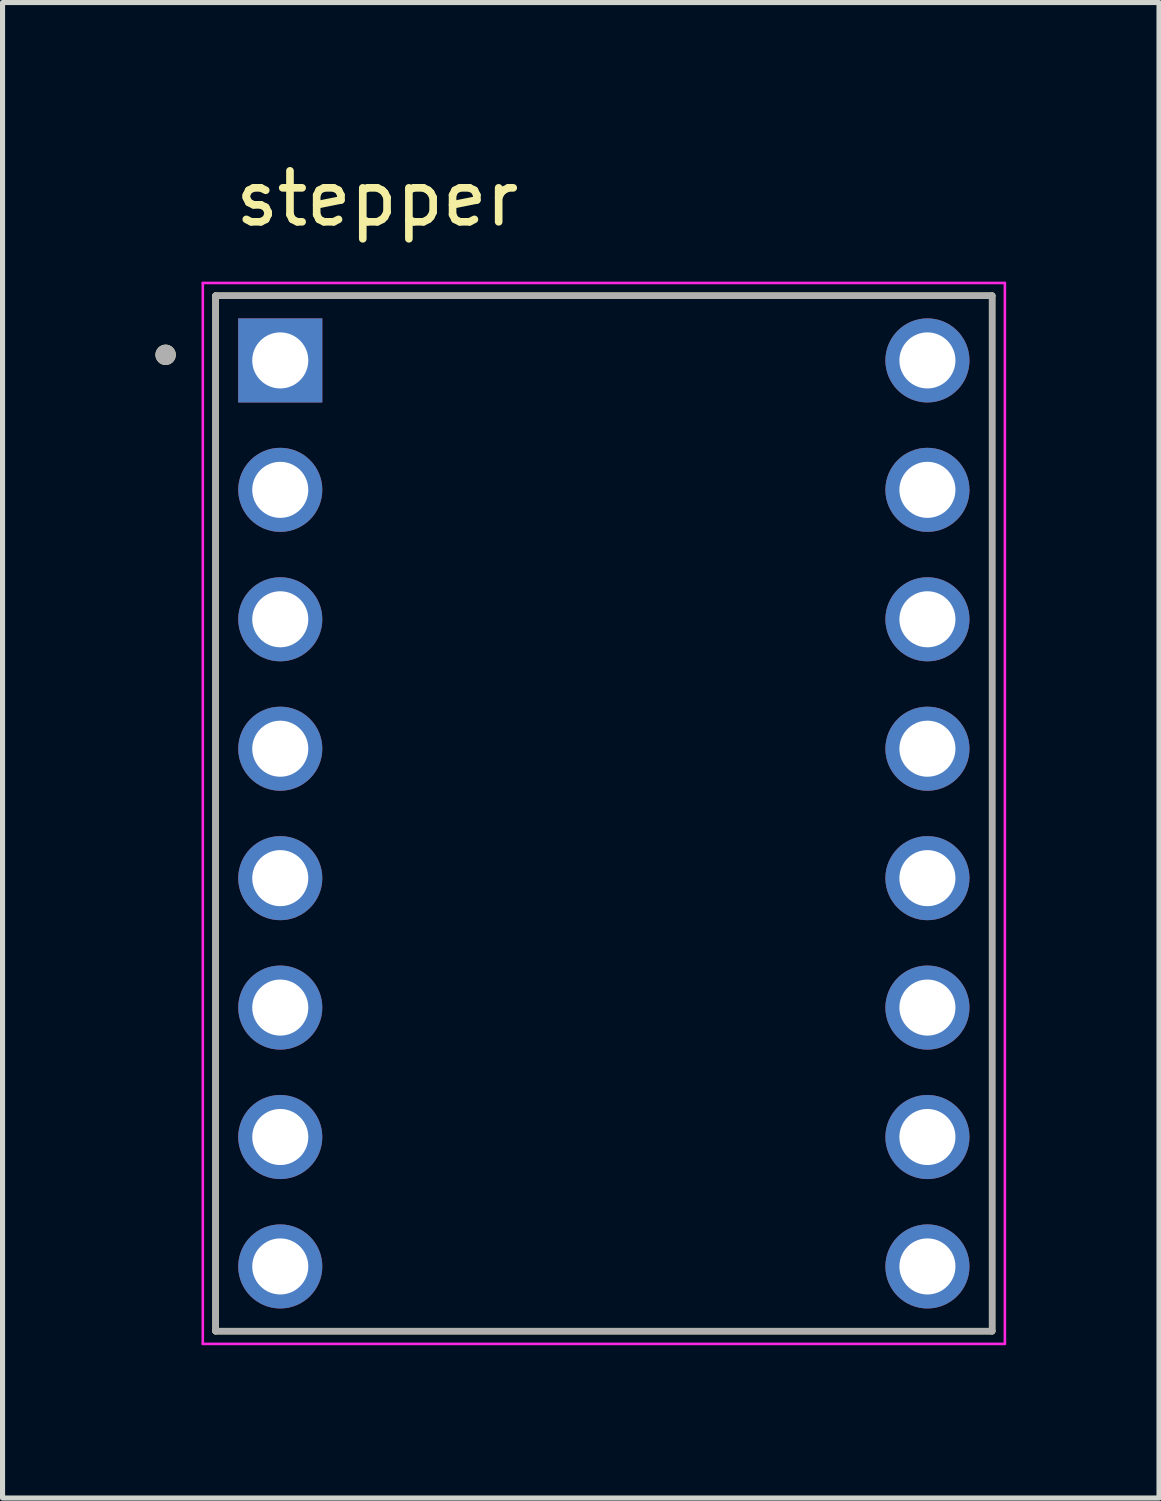
<source format=kicad_pcb>
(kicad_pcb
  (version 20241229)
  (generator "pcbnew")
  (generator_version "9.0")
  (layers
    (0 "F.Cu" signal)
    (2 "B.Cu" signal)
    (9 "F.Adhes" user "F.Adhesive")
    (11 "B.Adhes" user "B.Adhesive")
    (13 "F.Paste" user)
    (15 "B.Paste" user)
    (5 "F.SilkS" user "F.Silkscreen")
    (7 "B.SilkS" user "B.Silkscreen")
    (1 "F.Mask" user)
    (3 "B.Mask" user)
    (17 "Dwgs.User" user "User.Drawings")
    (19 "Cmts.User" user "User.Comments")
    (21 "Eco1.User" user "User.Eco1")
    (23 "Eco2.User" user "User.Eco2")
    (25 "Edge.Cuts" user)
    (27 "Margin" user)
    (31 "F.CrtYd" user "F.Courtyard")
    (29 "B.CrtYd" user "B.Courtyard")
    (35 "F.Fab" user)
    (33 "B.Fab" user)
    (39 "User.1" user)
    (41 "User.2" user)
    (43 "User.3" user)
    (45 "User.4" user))
  (footprint "stepper"
    (layer "F.Cu")
    (at 8.8 12.913)
    (property "Reference" "stepper" (at -4.445 -12.065 0) (layer "F.SilkS") (effects (font (size 1 1) (thickness 0.15))))
    (attr through_hole)
    (fp_line (start -7.62 -10.16) (end 7.62 -10.16) (stroke (width 0.127) (type solid)) (layer "F.SilkS"))
    (fp_line (start -7.62 10.16) (end -7.62 -10.16) (stroke (width 0.127) (type solid)) (layer "F.SilkS"))
    (fp_line (start 7.62 -10.16) (end 7.62 10.16) (stroke (width 0.127) (type solid)) (layer "F.SilkS"))
    (fp_line (start 7.62 10.16) (end -7.62 10.16) (stroke (width 0.127) (type solid)) (layer "F.SilkS"))
    (fp_circle (center -8.6 -9) (end -8.5 -9) (stroke (width 0.2) (type solid)) (fill no) (layer "F.SilkS"))
    (fp_line (start -7.87 -10.41) (end 7.87 -10.41) (stroke (width 0.05) (type solid)) (layer "F.CrtYd"))
    (fp_line (start -7.87 10.41) (end -7.87 -10.41) (stroke (width 0.05) (type solid)) (layer "F.CrtYd"))
    (fp_line (start 7.87 -10.41) (end 7.87 10.41) (stroke (width 0.05) (type solid)) (layer "F.CrtYd"))
    (fp_line (start 7.87 10.41) (end -7.87 10.41) (stroke (width 0.05) (type solid)) (layer "F.CrtYd"))
    (fp_line (start -7.62 -10.16) (end 7.62 -10.16) (stroke (width 0.127) (type solid)) (layer "F.Fab"))
    (fp_line (start -7.62 10.16) (end -7.62 -10.16) (stroke (width 0.127) (type solid)) (layer "F.Fab"))
    (fp_line (start 7.62 -10.16) (end 7.62 10.16) (stroke (width 0.127) (type solid)) (layer "F.Fab"))
    (fp_line (start 7.62 10.16) (end -7.62 10.16) (stroke (width 0.127) (type solid)) (layer "F.Fab"))
    (fp_circle (center -8.6 -9) (end -8.5 -9) (stroke (width 0.2) (type solid)) (fill no) (layer "F.Fab"))
    (pad "1" thru_hole rect (at -6.35 -8.89) (size 1.65 1.65) (drill 1.1) (layers "*.Cu" "*.Mask"))
    (pad "2" thru_hole circle (at -6.35 -6.35) (size 1.65 1.65) (drill 1.1) (layers "*.Cu" "*.Mask"))
    (pad "3" thru_hole circle (at -6.35 -3.81) (size 1.65 1.65) (drill 1.1) (layers "*.Cu" "*.Mask"))
    (pad "4" thru_hole circle (at -6.35 -1.27) (size 1.65 1.65) (drill 1.1) (layers "*.Cu" "*.Mask"))
    (pad "5" thru_hole circle (at -6.35 1.27) (size 1.65 1.65) (drill 1.1) (layers "*.Cu" "*.Mask"))
    (pad "6" thru_hole circle (at -6.35 3.81) (size 1.65 1.65) (drill 1.1) (layers "*.Cu" "*.Mask"))
    (pad "7" thru_hole circle (at -6.35 6.35) (size 1.65 1.65) (drill 1.1) (layers "*.Cu" "*.Mask"))
    (pad "8" thru_hole circle (at -6.35 8.89) (size 1.65 1.65) (drill 1.1) (layers "*.Cu" "*.Mask"))
    (pad "9" thru_hole circle (at 6.35 8.89) (size 1.65 1.65) (drill 1.1) (layers "*.Cu" "*.Mask"))
    (pad "10" thru_hole circle (at 6.35 6.35) (size 1.65 1.65) (drill 1.1) (layers "*.Cu" "*.Mask"))
    (pad "11" thru_hole circle (at 6.35 3.81) (size 1.65 1.65) (drill 1.1) (layers "*.Cu" "*.Mask"))
    (pad "12" thru_hole circle (at 6.35 1.27) (size 1.65 1.65) (drill 1.1) (layers "*.Cu" "*.Mask"))
    (pad "13" thru_hole circle (at 6.35 -1.27) (size 1.65 1.65) (drill 1.1) (layers "*.Cu" "*.Mask"))
    (pad "14" thru_hole circle (at 6.35 -3.81) (size 1.65 1.65) (drill 1.1) (layers "*.Cu" "*.Mask"))
    (pad "15" thru_hole circle (at 6.35 -6.35) (size 1.65 1.65) (drill 1.1) (layers "*.Cu" "*.Mask"))
    (pad "16" thru_hole circle (at 6.35 -8.89) (size 1.65 1.65) (drill 1.1) (layers "*.Cu" "*.Mask")))
  (gr_rect
    (start -3 -3)
    (end 19.695 26.348)
    (stroke (width 0.1) (type default))
    (fill no)
    (layer "Edge.Cuts")))
</source>
